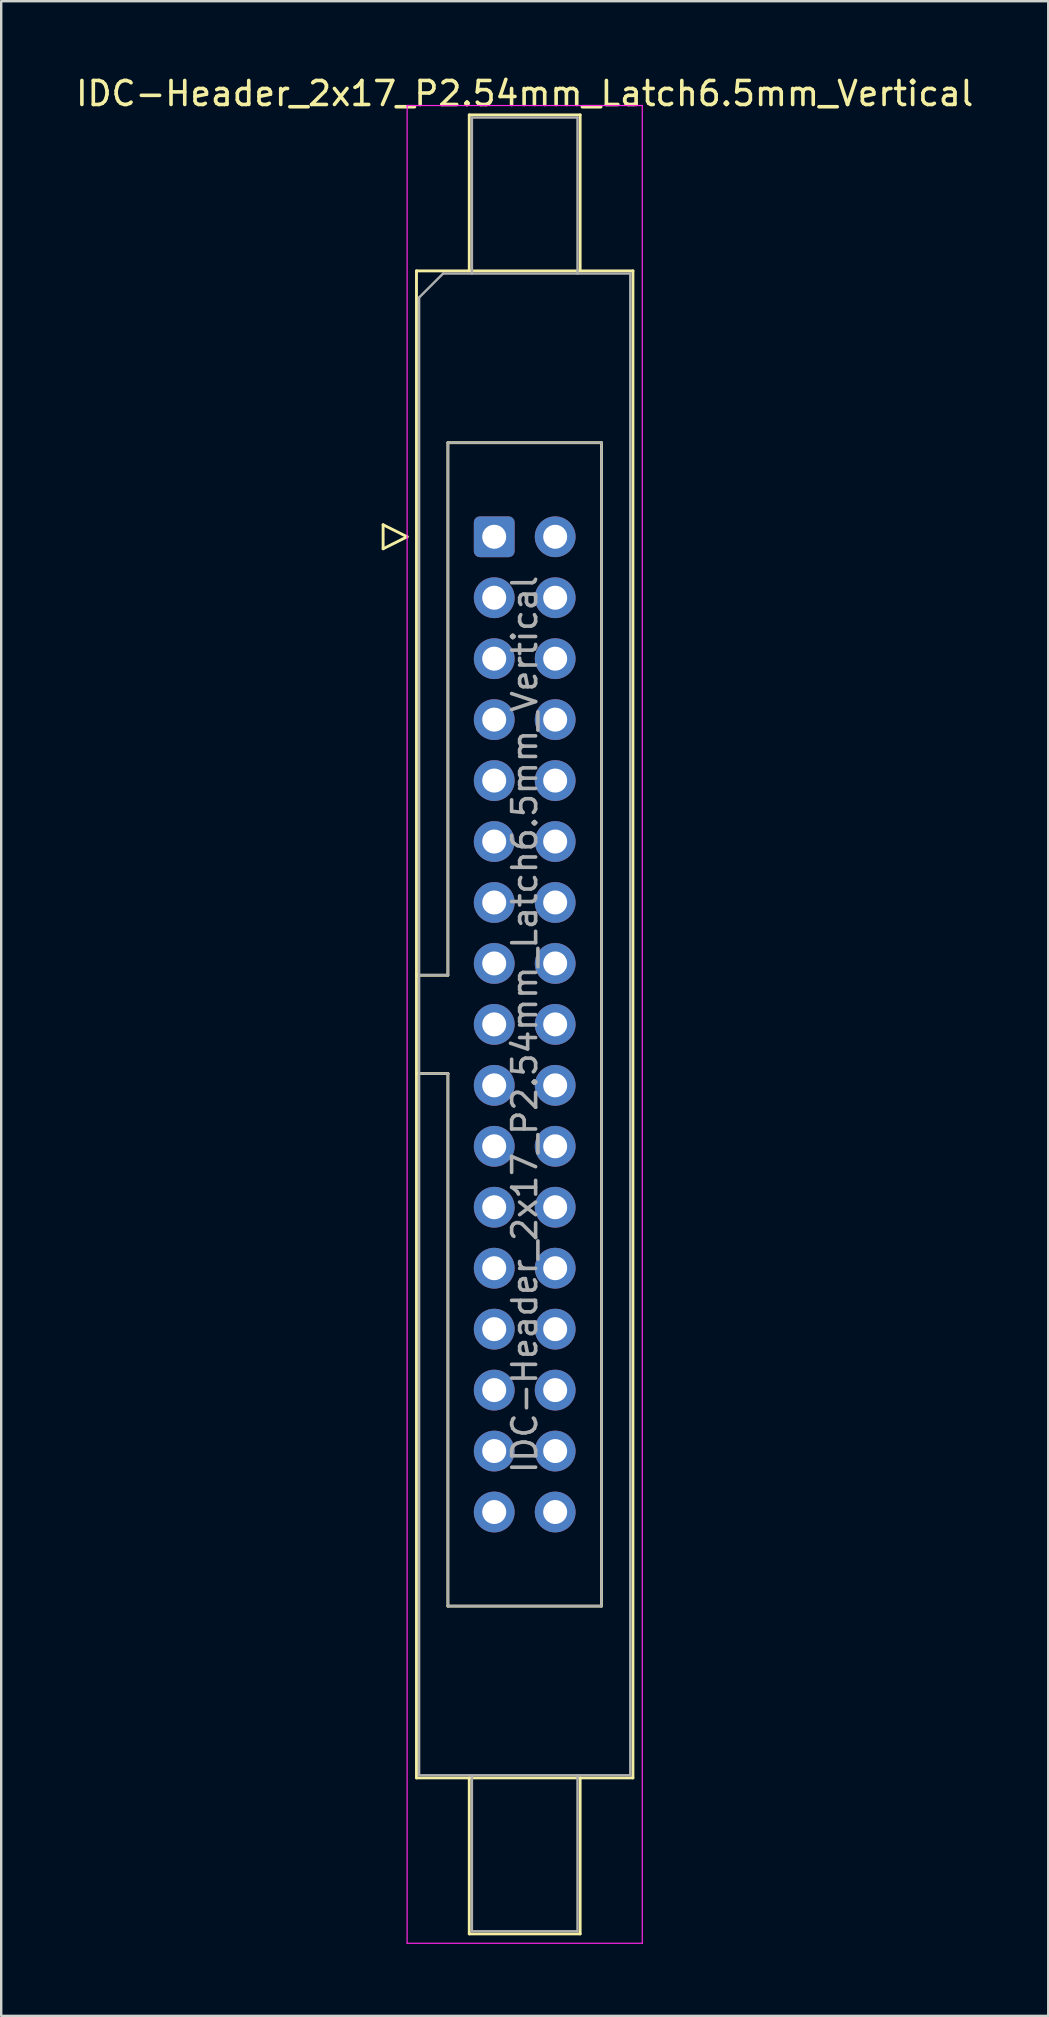
<source format=kicad_pcb>
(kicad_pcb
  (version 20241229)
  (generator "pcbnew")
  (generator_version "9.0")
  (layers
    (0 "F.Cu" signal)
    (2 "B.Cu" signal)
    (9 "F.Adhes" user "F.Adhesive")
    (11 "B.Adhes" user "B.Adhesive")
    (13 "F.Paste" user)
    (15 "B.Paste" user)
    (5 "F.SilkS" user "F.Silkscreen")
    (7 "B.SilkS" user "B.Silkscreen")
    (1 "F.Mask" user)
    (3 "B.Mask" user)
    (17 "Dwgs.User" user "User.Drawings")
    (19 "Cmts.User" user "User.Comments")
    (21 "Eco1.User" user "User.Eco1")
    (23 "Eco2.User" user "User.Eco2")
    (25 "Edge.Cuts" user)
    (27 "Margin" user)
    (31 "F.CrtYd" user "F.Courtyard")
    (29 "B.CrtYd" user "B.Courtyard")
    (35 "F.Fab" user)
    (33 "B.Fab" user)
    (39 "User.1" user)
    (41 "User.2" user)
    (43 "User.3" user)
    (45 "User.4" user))
  (footprint "IDC-Header_2x17_P2.54mm_Latch6.5mm_Vertical"
    (layer "F.Cu")
    (at 17.545 19.318)
    (property "Reference" "IDC-Header_2x17_P2.54mm_Latch6.5mm_Vertical" (at 1.27 -18.47 0) (layer "F.SilkS") (effects (font (size 1 1) (thickness 0.15))))
    (attr through_hole)
    (fp_line (start -4.63 -0.5) (end -4.63 0.5) (stroke (width 0.12) (type solid)) (layer "F.SilkS"))
    (fp_line (start -4.63 0.5) (end -3.63 0) (stroke (width 0.12) (type solid)) (layer "F.SilkS"))
    (fp_line (start -3.63 0) (end -4.63 -0.5) (stroke (width 0.12) (type solid)) (layer "F.SilkS"))
    (fp_line (start -3.24 -11.08) (end 5.78 -11.08) (stroke (width 0.12) (type solid)) (layer "F.SilkS"))
    (fp_line (start -3.24 18.27) (end -1.93 18.27) (stroke (width 0.12) (type solid)) (layer "F.SilkS"))
    (fp_line (start -3.24 51.72) (end -3.24 -11.08) (stroke (width 0.12) (type solid)) (layer "F.SilkS"))
    (fp_line (start -1.93 -3.92) (end 4.47 -3.92) (stroke (width 0.12) (type solid)) (layer "F.SilkS"))
    (fp_line (start -1.93 18.27) (end -1.93 -3.92) (stroke (width 0.12) (type solid)) (layer "F.SilkS"))
    (fp_line (start -1.93 22.37) (end -3.24 22.37) (stroke (width 0.12) (type solid)) (layer "F.SilkS"))
    (fp_line (start -1.93 22.37) (end -1.93 22.37) (stroke (width 0.12) (type solid)) (layer "F.SilkS"))
    (fp_line (start -1.93 44.56) (end -1.93 22.37) (stroke (width 0.12) (type solid)) (layer "F.SilkS"))
    (fp_line (start -1.04 -17.58) (end 3.58 -17.58) (stroke (width 0.12) (type solid)) (layer "F.SilkS"))
    (fp_line (start -1.04 -11.08) (end -1.04 -17.58) (stroke (width 0.12) (type solid)) (layer "F.SilkS"))
    (fp_line (start -1.04 51.72) (end -1.04 58.22) (stroke (width 0.12) (type solid)) (layer "F.SilkS"))
    (fp_line (start -1.04 58.22) (end 3.58 58.22) (stroke (width 0.12) (type solid)) (layer "F.SilkS"))
    (fp_line (start 3.58 -17.58) (end 3.58 -11.08) (stroke (width 0.12) (type solid)) (layer "F.SilkS"))
    (fp_line (start 3.58 58.22) (end 3.58 51.72) (stroke (width 0.12) (type solid)) (layer "F.SilkS"))
    (fp_line (start 4.47 -3.92) (end 4.47 44.56) (stroke (width 0.12) (type solid)) (layer "F.SilkS"))
    (fp_line (start 4.47 44.56) (end -1.93 44.56) (stroke (width 0.12) (type solid)) (layer "F.SilkS"))
    (fp_line (start 5.78 -11.08) (end 5.78 51.72) (stroke (width 0.12) (type solid)) (layer "F.SilkS"))
    (fp_line (start 5.78 51.72) (end -3.24 51.72) (stroke (width 0.12) (type solid)) (layer "F.SilkS"))
    (fp_line (start -3.63 -17.97) (end -3.63 58.61) (stroke (width 0.05) (type solid)) (layer "F.CrtYd"))
    (fp_line (start -3.63 58.61) (end 6.17 58.61) (stroke (width 0.05) (type solid)) (layer "F.CrtYd"))
    (fp_line (start 6.17 -17.97) (end -3.63 -17.97) (stroke (width 0.05) (type solid)) (layer "F.CrtYd"))
    (fp_line (start 6.17 58.61) (end 6.17 -17.97) (stroke (width 0.05) (type solid)) (layer "F.CrtYd"))
    (fp_line (start -3.13 -9.97) (end -2.13 -10.97) (stroke (width 0.1) (type solid)) (layer "F.Fab"))
    (fp_line (start -3.13 18.27) (end -1.93 18.27) (stroke (width 0.1) (type solid)) (layer "F.Fab"))
    (fp_line (start -3.13 51.61) (end -3.13 -9.97) (stroke (width 0.1) (type solid)) (layer "F.Fab"))
    (fp_line (start -2.13 -10.97) (end 5.67 -10.97) (stroke (width 0.1) (type solid)) (layer "F.Fab"))
    (fp_line (start -1.93 -3.92) (end 4.47 -3.92) (stroke (width 0.1) (type solid)) (layer "F.Fab"))
    (fp_line (start -1.93 18.27) (end -1.93 -3.92) (stroke (width 0.1) (type solid)) (layer "F.Fab"))
    (fp_line (start -1.93 22.37) (end -3.13 22.37) (stroke (width 0.1) (type solid)) (layer "F.Fab"))
    (fp_line (start -1.93 22.37) (end -1.93 22.37) (stroke (width 0.1) (type solid)) (layer "F.Fab"))
    (fp_line (start -1.93 44.56) (end -1.93 22.37) (stroke (width 0.1) (type solid)) (layer "F.Fab"))
    (fp_line (start -0.93 -17.47) (end 3.47 -17.47) (stroke (width 0.1) (type solid)) (layer "F.Fab"))
    (fp_line (start -0.93 -10.97) (end -0.93 -17.47) (stroke (width 0.1) (type solid)) (layer "F.Fab"))
    (fp_line (start -0.93 51.61) (end -0.93 58.11) (stroke (width 0.1) (type solid)) (layer "F.Fab"))
    (fp_line (start -0.93 58.11) (end 3.47 58.11) (stroke (width 0.1) (type solid)) (layer "F.Fab"))
    (fp_line (start 3.47 -17.47) (end 3.47 -10.97) (stroke (width 0.1) (type solid)) (layer "F.Fab"))
    (fp_line (start 3.47 58.11) (end 3.47 51.61) (stroke (width 0.1) (type solid)) (layer "F.Fab"))
    (fp_line (start 4.47 -3.92) (end 4.47 44.56) (stroke (width 0.1) (type solid)) (layer "F.Fab"))
    (fp_line (start 4.47 44.56) (end -1.93 44.56) (stroke (width 0.1) (type solid)) (layer "F.Fab"))
    (fp_line (start 5.67 -10.97) (end 5.67 51.61) (stroke (width 0.1) (type solid)) (layer "F.Fab"))
    (fp_line (start 5.67 51.61) (end -3.13 51.61) (stroke (width 0.1) (type solid)) (layer "F.Fab"))
    (fp_text user "${REFERENCE}" (at 1.27 20.32 90) (layer "F.Fab") (effects (font (size 1 1) (thickness 0.15))))
    (pad "1" thru_hole roundrect (at 0 0) (size 1.7 1.7) (drill 1) (layers "*.Cu" "*.Mask") (roundrect_rratio 0.147))
    (pad "2" thru_hole circle (at 2.54 0) (size 1.7 1.7) (drill 1) (layers "*.Cu" "*.Mask"))
    (pad "3" thru_hole circle (at 0 2.54) (size 1.7 1.7) (drill 1) (layers "*.Cu" "*.Mask"))
    (pad "4" thru_hole circle (at 2.54 2.54) (size 1.7 1.7) (drill 1) (layers "*.Cu" "*.Mask"))
    (pad "5" thru_hole circle (at 0 5.08) (size 1.7 1.7) (drill 1) (layers "*.Cu" "*.Mask"))
    (pad "6" thru_hole circle (at 2.54 5.08) (size 1.7 1.7) (drill 1) (layers "*.Cu" "*.Mask"))
    (pad "7" thru_hole circle (at 0 7.62) (size 1.7 1.7) (drill 1) (layers "*.Cu" "*.Mask"))
    (pad "8" thru_hole circle (at 2.54 7.62) (size 1.7 1.7) (drill 1) (layers "*.Cu" "*.Mask"))
    (pad "9" thru_hole circle (at 0 10.16) (size 1.7 1.7) (drill 1) (layers "*.Cu" "*.Mask"))
    (pad "10" thru_hole circle (at 2.54 10.16) (size 1.7 1.7) (drill 1) (layers "*.Cu" "*.Mask"))
    (pad "11" thru_hole circle (at 0 12.7) (size 1.7 1.7) (drill 1) (layers "*.Cu" "*.Mask"))
    (pad "12" thru_hole circle (at 2.54 12.7) (size 1.7 1.7) (drill 1) (layers "*.Cu" "*.Mask"))
    (pad "13" thru_hole circle (at 0 15.24) (size 1.7 1.7) (drill 1) (layers "*.Cu" "*.Mask"))
    (pad "14" thru_hole circle (at 2.54 15.24) (size 1.7 1.7) (drill 1) (layers "*.Cu" "*.Mask"))
    (pad "15" thru_hole circle (at 0 17.78) (size 1.7 1.7) (drill 1) (layers "*.Cu" "*.Mask"))
    (pad "16" thru_hole circle (at 2.54 17.78) (size 1.7 1.7) (drill 1) (layers "*.Cu" "*.Mask"))
    (pad "17" thru_hole circle (at 0 20.32) (size 1.7 1.7) (drill 1) (layers "*.Cu" "*.Mask"))
    (pad "18" thru_hole circle (at 2.54 20.32) (size 1.7 1.7) (drill 1) (layers "*.Cu" "*.Mask"))
    (pad "19" thru_hole circle (at 0 22.86) (size 1.7 1.7) (drill 1) (layers "*.Cu" "*.Mask"))
    (pad "20" thru_hole circle (at 2.54 22.86) (size 1.7 1.7) (drill 1) (layers "*.Cu" "*.Mask"))
    (pad "21" thru_hole circle (at 0 25.4) (size 1.7 1.7) (drill 1) (layers "*.Cu" "*.Mask"))
    (pad "22" thru_hole circle (at 2.54 25.4) (size 1.7 1.7) (drill 1) (layers "*.Cu" "*.Mask"))
    (pad "23" thru_hole circle (at 0 27.94) (size 1.7 1.7) (drill 1) (layers "*.Cu" "*.Mask"))
    (pad "24" thru_hole circle (at 2.54 27.94) (size 1.7 1.7) (drill 1) (layers "*.Cu" "*.Mask"))
    (pad "25" thru_hole circle (at 0 30.48) (size 1.7 1.7) (drill 1) (layers "*.Cu" "*.Mask"))
    (pad "26" thru_hole circle (at 2.54 30.48) (size 1.7 1.7) (drill 1) (layers "*.Cu" "*.Mask"))
    (pad "27" thru_hole circle (at 0 33.02) (size 1.7 1.7) (drill 1) (layers "*.Cu" "*.Mask"))
    (pad "28" thru_hole circle (at 2.54 33.02) (size 1.7 1.7) (drill 1) (layers "*.Cu" "*.Mask"))
    (pad "29" thru_hole circle (at 0 35.56) (size 1.7 1.7) (drill 1) (layers "*.Cu" "*.Mask"))
    (pad "30" thru_hole circle (at 2.54 35.56) (size 1.7 1.7) (drill 1) (layers "*.Cu" "*.Mask"))
    (pad "31" thru_hole circle (at 0 38.1) (size 1.7 1.7) (drill 1) (layers "*.Cu" "*.Mask"))
    (pad "32" thru_hole circle (at 2.54 38.1) (size 1.7 1.7) (drill 1) (layers "*.Cu" "*.Mask"))
    (pad "33" thru_hole circle (at 0 40.64) (size 1.7 1.7) (drill 1) (layers "*.Cu" "*.Mask"))
    (pad "34" thru_hole circle (at 2.54 40.64) (size 1.7 1.7) (drill 1) (layers "*.Cu" "*.Mask")))
  (gr_rect
    (start -3 -3)
    (end 40.631 80.953)
    (stroke (width 0.1) (type default))
    (fill no)
    (layer "Edge.Cuts")))
</source>
